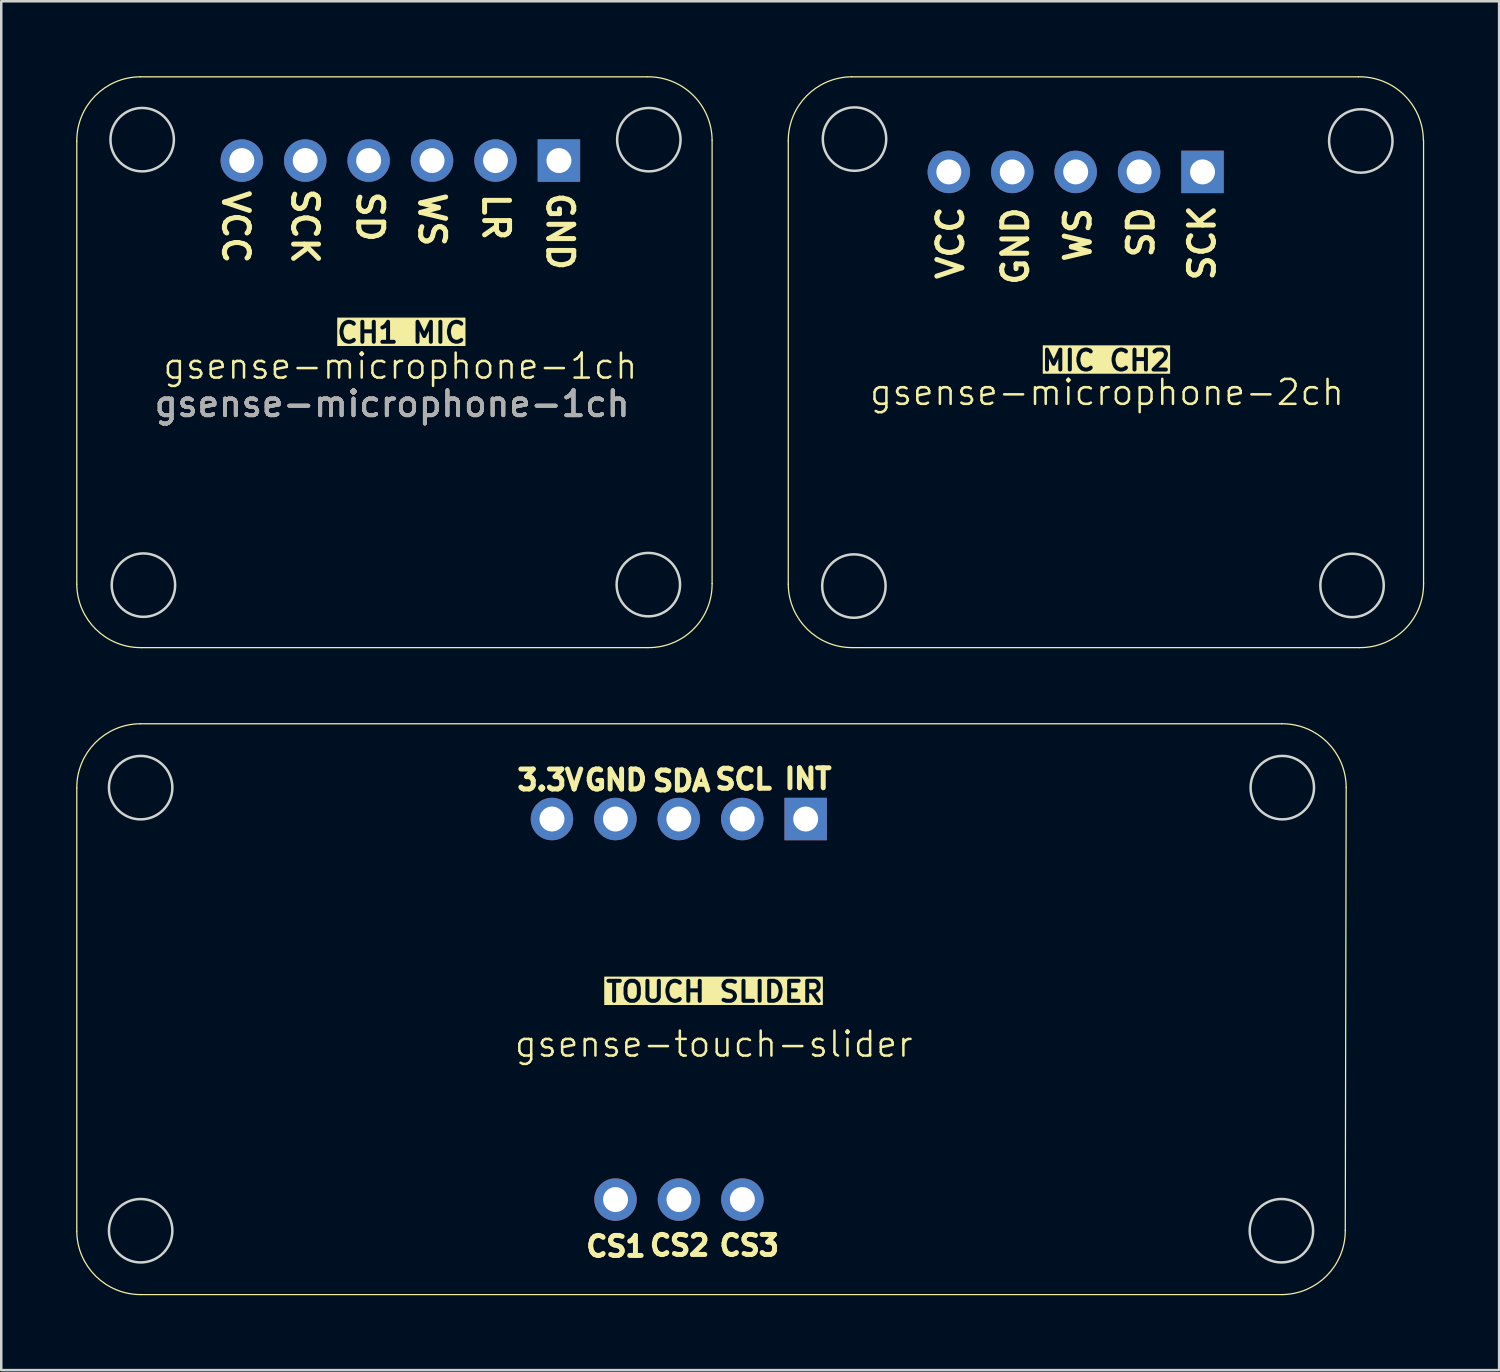
<source format=kicad_pcb>
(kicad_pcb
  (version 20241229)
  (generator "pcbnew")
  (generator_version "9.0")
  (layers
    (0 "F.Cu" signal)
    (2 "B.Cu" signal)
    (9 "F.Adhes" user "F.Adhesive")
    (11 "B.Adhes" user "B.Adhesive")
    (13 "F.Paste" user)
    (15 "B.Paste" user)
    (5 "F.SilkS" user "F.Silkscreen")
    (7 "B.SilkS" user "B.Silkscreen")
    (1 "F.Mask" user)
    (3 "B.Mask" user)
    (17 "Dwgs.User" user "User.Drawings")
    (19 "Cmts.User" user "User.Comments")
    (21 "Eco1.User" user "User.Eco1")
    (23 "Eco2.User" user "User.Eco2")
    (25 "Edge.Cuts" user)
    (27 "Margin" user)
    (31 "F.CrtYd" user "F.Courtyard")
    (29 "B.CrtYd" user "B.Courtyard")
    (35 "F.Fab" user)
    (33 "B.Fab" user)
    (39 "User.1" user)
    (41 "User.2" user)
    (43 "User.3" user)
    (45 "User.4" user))
  (footprint "gsense-touch-slider"
    (layer "F.Cu")
    (at 25.443 37.365)
    (property "Reference" "gsense-touch-slider" (at 0.09 1.4 0) (unlocked yes) (layer "F.SilkS") (effects (font (size 1 1) (thickness 0.1))))
    (attr smd)
    (fp_line (start -25.418 8.89) (end -25.418 -8.854) (stroke (width 0.05) (type solid)) (layer "F.SilkS"))
    (fp_line (start -22.878 -11.43) (end 22.842 -11.43) (stroke (width 0.05) (type solid)) (layer "F.SilkS"))
    (fp_line (start 22.842 11.43) (end -22.842 11.43) (stroke (width 0.05) (type solid)) (layer "F.SilkS"))
    (fp_line (start 25.418 -8.89) (end 25.382 8.854) (stroke (width 0.05) (type solid)) (layer "F.SilkS"))
    (fp_arc (start -25.417796 -8.853764) (mid -24.681403 -10.66776) (end -22.878055 -11.429857) (stroke (width 0.05) (type solid)) (layer "F.SilkS"))
    (fp_arc (start -22.841962 11.429882) (mid -24.655963 10.693494) (end -25.418055 8.890141) (stroke (width 0.05) (type solid)) (layer "F.SilkS"))
    (fp_arc (start 22.841936 -11.429856) (mid 24.65596 -10.693492) (end 25.418029 -8.890115) (stroke (width 0.05) (type solid)) (layer "F.SilkS"))
    (fp_arc (start 25.381677 8.854049) (mid 24.645297 10.668058) (end 22.841936 11.430142) (stroke (width 0.05) (type solid)) (layer "F.SilkS"))
    (fp_circle (center -22.86 8.872) (end -21.59 8.872) (stroke (width 0.1) (type solid)) (fill no) (layer "Edge.Cuts"))
    (fp_circle (center -22.86 -8.872) (end -21.59 -8.872) (stroke (width 0.1) (type solid)) (fill no) (layer "Edge.Cuts"))
    (fp_circle (center 22.824 8.872) (end 24.094 8.872) (stroke (width 0.1) (type solid)) (fill no) (layer "Edge.Cuts"))
    (fp_circle (center 22.86 -8.872) (end 24.13 -8.872) (stroke (width 0.1) (type solid)) (fill no) (layer "Edge.Cuts"))
    (fp_text user "CS2" (at -2.57 9.93 0) (unlocked yes) (layer "F.SilkS") (effects (font (size 0.8 0.8) (thickness 0.2) (bold yes)) (justify left bottom)))
    (fp_text user "GND" (at -5.18 -8.71 0) (unlocked yes) (layer "F.SilkS") (effects (font (size 0.8 0.8) (thickness 0.2) (bold yes)) (justify left bottom)))
    (fp_text user "SDA" (at -2.45 -8.67 0) (unlocked yes) (layer "F.SilkS") (effects (font (size 0.8 0.8) (thickness 0.2) (bold yes)) (justify left bottom)))
    (fp_text user "INT" (at 2.82 -8.76 0) (unlocked yes) (layer "F.SilkS") (effects (font (size 0.8 0.8) (thickness 0.2) (bold yes)) (justify left bottom)))
    (fp_text user "CS1" (at -5.12 9.97 0) (unlocked yes) (layer "F.SilkS") (effects (font (size 0.8 0.8) (thickness 0.2) (bold yes)) (justify left bottom)))
    (fp_text user "TOUCH SLIDER" (at 0.12 -0.23 0) (unlocked yes) (layer "F.SilkS" knockout) (effects (font (size 0.8 0.8) (thickness 0.16) (bold yes)) (justify bottom)))
    (fp_text user "SCL" (at 0.05 -8.74 0) (unlocked yes) (layer "F.SilkS") (effects (font (size 0.8 0.8) (thickness 0.2) (bold yes)) (justify left bottom)))
    (fp_text user "CS3" (at 0.22 9.93 0) (unlocked yes) (layer "F.SilkS") (effects (font (size 0.8 0.8) (thickness 0.2) (bold yes)) (justify left bottom)))
    (fp_text user "3.3V" (at -7.88 -8.71 0) (unlocked yes) (layer "F.SilkS") (effects (font (size 0.8 0.8) (thickness 0.2) (bold yes)) (justify left bottom)))
    (pad "1" thru_hole rect (at 3.772 -7.615 270) (size 1.7 1.7) (drill 1) (layers "*.Cu" "*.Mask"))
    (pad "2" thru_hole oval (at 1.232 -7.615 270) (size 1.7 1.7) (drill 1) (layers "*.Cu" "*.Mask"))
    (pad "3" thru_hole oval (at -1.308 -7.615 270) (size 1.7 1.7) (drill 1) (layers "*.Cu" "*.Mask"))
    (pad "4" thru_hole oval (at -3.848 -7.615 270) (size 1.7 1.7) (drill 1) (layers "*.Cu" "*.Mask"))
    (pad "5" thru_hole circle (at -6.388 -7.615 270) (size 1.7 1.7) (drill 1) (layers "*.Cu" "*.Mask"))
    (pad "6" thru_hole circle (at -3.843 7.625 270) (size 1.7 1.7) (drill 1) (layers "*.Cu" "*.Mask"))
    (pad "7" thru_hole oval (at -1.303 7.625 270) (size 1.7 1.7) (drill 1) (layers "*.Cu" "*.Mask"))
    (pad "8" thru_hole circle (at 1.237 7.625 270) (size 1.7 1.7) (drill 1) (layers "*.Cu" "*.Mask")))
  (footprint "gsense-microphone-1ch"
    (layer "F.Cu")
    (at 12.743 11.465)
    (property "Reference" "gsense-microphone-1ch" (at 0.241 0.148 0) (unlocked yes) (layer "F.SilkS") (effects (font (size 1 1) (thickness 0.1))))
    (attr smd)
    (fp_line (start -12.718 8.881) (end -12.718 -8.863) (stroke (width 0.05) (type solid)) (layer "F.SilkS"))
    (fp_line (start -10.178 -11.439) (end 10.12 -11.439) (stroke (width 0.05) (type solid)) (layer "F.SilkS"))
    (fp_line (start 10.16 11.421) (end -10.142 11.421) (stroke (width 0.05) (type solid)) (layer "F.SilkS"))
    (fp_line (start 12.725 8.856) (end 12.725 -8.899) (stroke (width 0.05) (type solid)) (layer "F.SilkS"))
    (fp_arc (start -12.71775 -8.863122) (mid -11.981338 -10.677099) (end -10.178009 -11.439215) (stroke (width 0.05) (type solid)) (layer "F.SilkS"))
    (fp_arc (start -10.141916 11.420524) (mid -11.955933 10.684152) (end -12.718009 8.880783) (stroke (width 0.05) (type solid)) (layer "F.SilkS"))
    (fp_arc (start 10.120343 -11.439215) (mid 11.952643 -10.712926) (end 12.724759 -8.899474) (stroke (width 0.05) (type solid)) (layer "F.SilkS"))
    (fp_arc (start 12.724759 8.856108) (mid 11.981337 10.677102) (end 10.160343 11.420524) (stroke (width 0.05) (type solid)) (layer "F.SilkS"))
    (fp_circle (center -10.099 -8.922) (end -8.829 -8.922) (stroke (width 0.1) (type solid)) (fill no) (layer "Edge.Cuts"))
    (fp_circle (center -10.049 8.918) (end -8.779 8.918) (stroke (width 0.1) (type solid)) (fill no) (layer "Edge.Cuts"))
    (fp_circle (center 10.171 8.898) (end 11.441 8.898) (stroke (width 0.1) (type solid)) (fill no) (layer "Edge.Cuts"))
    (fp_circle (center 10.191 -8.922) (end 11.461 -8.922) (stroke (width 0.1) (type solid)) (fill no) (layer "Edge.Cuts"))
    (fp_text user "SCK" (at -4.169 -7.062 270) (unlocked yes) (layer "F.SilkS") (effects (font (size 1 1) (thickness 0.2) (bold yes)) (justify left bottom)))
    (fp_text user "LR" (at 3.481 -6.862 270) (unlocked yes) (layer "F.SilkS") (effects (font (size 1 1) (thickness 0.2) (bold yes)) (justify left bottom)))
    (fp_text user "SD" (at -1.559 -6.942 270) (unlocked yes) (layer "F.SilkS") (effects (font (size 1 1) (thickness 0.2) (bold yes)) (justify left bottom)))
    (fp_text user "GND" (at 6.051 -6.902 270) (unlocked yes) (layer "F.SilkS") (effects (font (size 1 1) (thickness 0.2) (bold yes)) (justify left bottom)))
    (fp_text user "WS" (at 0.921 -6.902 270) (unlocked yes) (layer "F.SilkS") (effects (font (size 1 1) (thickness 0.2) (bold yes)) (justify left bottom)))
    (fp_text user "VCC" (at -6.939 -6.982 270) (unlocked yes) (layer "F.SilkS") (effects (font (size 1 1) (thickness 0.2) (bold yes)) (justify left bottom)))
    (fp_text user "CH1 MIC\n" (at 0.281 -0.722 0) (unlocked yes) (layer "F.SilkS" knockout) (effects (font (size 0.8 0.8) (thickness 0.16) (bold yes)) (justify bottom)))
    (fp_text user "${REFERENCE}" (at -0.089 1.658 0) (layer "F.Fab") (effects (font (size 1 1) (thickness 0.15))))
    (fp_text user "${REFERENCE}" (at -0.089 1.658 0) (layer "F.Fab") (effects (font (size 1 1) (thickness 0.15))))
    (fp_text user "${REFERENCE}" (at -0.089 1.658 0) (layer "F.Fab") (effects (font (size 1 1) (thickness 0.15))))
    (fp_text user "${REFERENCE}" (at -0.089 1.658 0) (layer "F.Fab") (effects (font (size 1 1) (thickness 0.15))))
    (pad "1" thru_hole rect (at 6.59 -8.084 90) (size 1.7 1.7) (drill 1) (layers "*.Cu" "*.Mask"))
    (pad "2" thru_hole circle (at 4.05 -8.084 90) (size 1.7 1.7) (drill 1) (layers "*.Cu" "*.Mask"))
    (pad "3" thru_hole circle (at 1.51 -8.084 90) (size 1.7 1.7) (drill 1) (layers "*.Cu" "*.Mask"))
    (pad "4" thru_hole circle (at -1.03 -8.084 90) (size 1.7 1.7) (drill 1) (layers "*.Cu" "*.Mask"))
    (pad "5" thru_hole circle (at -3.57 -8.084 90) (size 1.7 1.7) (drill 1) (layers "*.Cu" "*.Mask"))
    (pad "6" thru_hole circle (at -6.11 -8.084 90) (size 1.7 1.7) (drill 1) (layers "*.Cu" "*.Mask")))
  (footprint "gsense-microphone-2ch"
    (layer "F.Cu")
    (at 41.241 11.285)
    (property "Reference" "gsense-microphone-2ch" (at 0.04 1.38 0) (unlocked yes) (layer "F.SilkS") (effects (font (size 1 1) (thickness 0.1))))
    (attr smd)
    (fp_line (start -12.723 9.061) (end -12.723 -8.683) (stroke (width 0.05) (type solid)) (layer "F.SilkS"))
    (fp_line (start -10.183 -11.259) (end 10.115 -11.259) (stroke (width 0.05) (type solid)) (layer "F.SilkS"))
    (fp_line (start 10.155 11.6) (end -10.147 11.6) (stroke (width 0.05) (type solid)) (layer "F.SilkS"))
    (fp_line (start 12.719 9.036) (end 12.719 -8.72) (stroke (width 0.05) (type solid)) (layer "F.SilkS"))
    (fp_arc (start -12.723093 -8.683387) (mid -11.986681 -10.497364) (end -10.183352 -11.25948) (stroke (width 0.05) (type solid)) (layer "F.SilkS"))
    (fp_arc (start -10.147259 11.600259) (mid -11.961276 10.863887) (end -12.723352 9.060518) (stroke (width 0.05) (type solid)) (layer "F.SilkS"))
    (fp_arc (start 10.115 -11.25948) (mid 11.941772 -10.530152) (end 12.71081 -8.719738) (stroke (width 0.05) (type solid)) (layer "F.SilkS"))
    (fp_arc (start 12.719416 9.035843) (mid 11.975994 10.856837) (end 10.155 11.600259) (stroke (width 0.05) (type solid)) (layer "F.SilkS"))
    (fp_circle (center -10.095 9.135) (end -8.825 9.135) (stroke (width 0.1) (type solid)) (fill no) (layer "Edge.Cuts"))
    (fp_circle (center -10.07 -8.765) (end -8.8 -8.765) (stroke (width 0.1) (type solid)) (fill no) (layer "Edge.Cuts"))
    (fp_circle (center 9.855 9.11) (end 11.125 9.11) (stroke (width 0.1) (type solid)) (fill no) (layer "Edge.Cuts"))
    (fp_circle (center 10.205 -8.69) (end 11.475 -8.69) (stroke (width 0.1) (type solid)) (fill no) (layer "Edge.Cuts"))
    (fp_text user "VCC" (at -5.64 -3.05 90) (unlocked yes) (layer "F.SilkS") (effects (font (size 1 1) (thickness 0.2) (bold yes)) (justify left bottom)))
    (fp_text user "SCK" (at 4.435 -3 90) (unlocked yes) (layer "F.SilkS") (effects (font (size 1 1) (thickness 0.2) (bold yes)) (justify left bottom)))
    (fp_text user "SD" (at 1.985 -3.925 90) (unlocked yes) (layer "F.SilkS") (effects (font (size 1 1) (thickness 0.2) (bold yes)) (justify left bottom)))
    (fp_text user "WS" (at -0.54 -3.75 90) (unlocked yes) (layer "F.SilkS") (effects (font (size 1 1) (thickness 0.2) (bold yes)) (justify left bottom)))
    (fp_text user "GND" (at -3.04 -2.825 90) (unlocked yes) (layer "F.SilkS") (effects (font (size 1 1) (thickness 0.2) (bold yes)) (justify left bottom)))
    (fp_text user "MIC CH2\n" (at 0 0.57 0) (unlocked yes) (layer "F.SilkS" knockout) (effects (font (size 0.8 0.8) (thickness 0.16) (bold yes)) (justify bottom)))
    (pad "1" thru_hole rect (at 3.867 -7.45 90) (size 1.7 1.7) (drill 1) (layers "*.Cu" "*.Mask"))
    (pad "2" thru_hole oval (at 1.327 -7.45 90) (size 1.7 1.7) (drill 1) (layers "*.Cu" "*.Mask"))
    (pad "3" thru_hole oval (at -1.213 -7.45 90) (size 1.7 1.7) (drill 1) (layers "*.Cu" "*.Mask"))
    (pad "4" thru_hole oval (at -3.753 -7.45 90) (size 1.7 1.7) (drill 1) (layers "*.Cu" "*.Mask"))
    (pad "5" thru_hole circle (at -6.293 -7.45 90) (size 1.7 1.7) (drill 1) (layers "*.Cu" "*.Mask")))
  (gr_rect
    (start -3 -3)
    (end 56.986 51.82)
    (stroke (width 0.1) (type default))
    (fill no)
    (layer "Edge.Cuts")))
</source>
